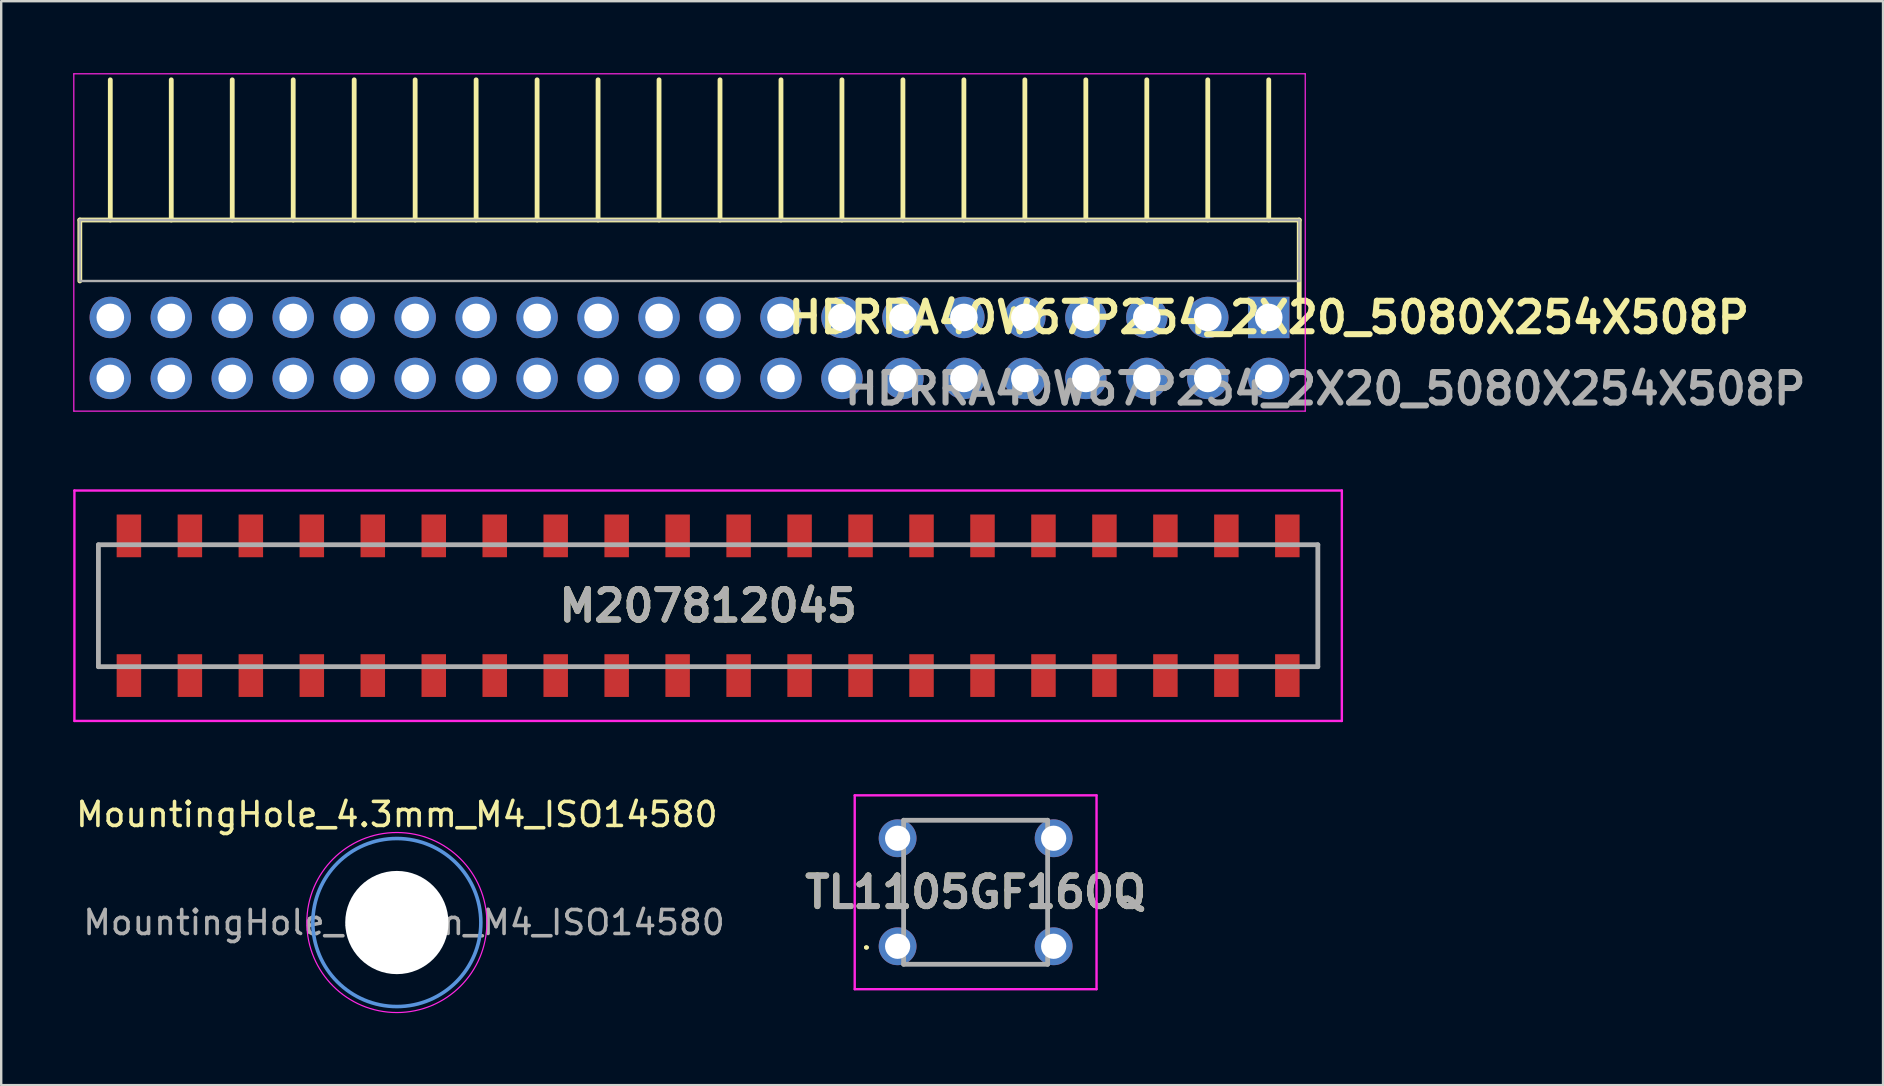
<source format=kicad_pcb>
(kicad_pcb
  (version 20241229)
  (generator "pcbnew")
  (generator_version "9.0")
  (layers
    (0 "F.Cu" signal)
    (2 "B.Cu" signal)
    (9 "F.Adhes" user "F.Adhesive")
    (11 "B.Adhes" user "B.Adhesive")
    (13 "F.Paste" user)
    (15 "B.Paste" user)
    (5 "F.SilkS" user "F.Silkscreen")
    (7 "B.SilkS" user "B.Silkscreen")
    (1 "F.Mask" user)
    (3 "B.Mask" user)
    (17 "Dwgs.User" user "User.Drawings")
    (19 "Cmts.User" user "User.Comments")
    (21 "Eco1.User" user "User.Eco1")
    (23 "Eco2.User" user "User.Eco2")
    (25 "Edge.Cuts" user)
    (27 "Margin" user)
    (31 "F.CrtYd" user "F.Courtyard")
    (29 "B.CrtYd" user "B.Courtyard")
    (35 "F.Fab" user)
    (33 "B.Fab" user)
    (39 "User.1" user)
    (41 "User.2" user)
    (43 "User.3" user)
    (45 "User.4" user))
  (footprint "M207812045"
    (layer "F.Cu")
    (at 26.45 22.184)
    (property "Reference" "M207812045" (at 0 0 0) (layer "F.SilkS") (effects (font (size 1.27 1.27) (thickness 0.254))))
    (attr through_hole)
    (fp_line (start -25.4 -2.54) (end -25.4 2.54) (stroke (width 0.1) (type solid)) (layer "F.SilkS"))
    (fp_line (start 25.4 -2.54) (end 25.4 2.54) (stroke (width 0.1) (type solid)) (layer "F.SilkS"))
    (fp_line (start -26.4 -4.8) (end 26.4 -4.8) (stroke (width 0.1) (type solid)) (layer "F.CrtYd"))
    (fp_line (start -26.4 4.8) (end -26.4 -4.8) (stroke (width 0.1) (type solid)) (layer "F.CrtYd"))
    (fp_line (start 26.4 -4.8) (end 26.4 4.8) (stroke (width 0.1) (type solid)) (layer "F.CrtYd"))
    (fp_line (start 26.4 4.8) (end -26.4 4.8) (stroke (width 0.1) (type solid)) (layer "F.CrtYd"))
    (fp_line (start -25.4 -2.54) (end 25.4 -2.54) (stroke (width 0.2) (type solid)) (layer "F.Fab"))
    (fp_line (start -25.4 2.54) (end -25.4 -2.54) (stroke (width 0.2) (type solid)) (layer "F.Fab"))
    (fp_line (start 25.4 -2.54) (end 25.4 2.54) (stroke (width 0.2) (type solid)) (layer "F.Fab"))
    (fp_line (start 25.4 2.54) (end -25.4 2.54) (stroke (width 0.2) (type solid)) (layer "F.Fab"))
    (fp_text user "${REFERENCE}" (at 0 0 0) (layer "F.Fab") (effects (font (size 1.27 1.27) (thickness 0.254))))
    (pad "" np_thru_hole circle (at -24.13 -1.27) (size 0.001 0.001) (drill 1.02) (layers "*.Cu" "*.Mask"))
    (pad "" np_thru_hole circle (at -24.13 1.27) (size 0.001 0.001) (drill 1.02) (layers "*.Cu" "*.Mask"))
    (pad "" np_thru_hole circle (at -22.86 0) (size 0.001 0.001) (drill 1.8) (layers "*.Cu" "*.Mask"))
    (pad "" np_thru_hole circle (at -21.59 -1.27) (size 0.001 0.001) (drill 1.02) (layers "*.Cu" "*.Mask"))
    (pad "" np_thru_hole circle (at -21.59 1.27) (size 0.001 0.001) (drill 1.02) (layers "*.Cu" "*.Mask"))
    (pad "" np_thru_hole circle (at -19.05 -1.27) (size 0.001 0.001) (drill 1.02) (layers "*.Cu" "*.Mask"))
    (pad "" np_thru_hole circle (at -19.05 1.27) (size 0.001 0.001) (drill 1.02) (layers "*.Cu" "*.Mask"))
    (pad "" np_thru_hole circle (at -16.51 -1.27) (size 0.001 0.001) (drill 1.02) (layers "*.Cu" "*.Mask"))
    (pad "" np_thru_hole circle (at -16.51 1.27) (size 0.001 0.001) (drill 1.02) (layers "*.Cu" "*.Mask"))
    (pad "" np_thru_hole circle (at -13.97 -1.27) (size 0.001 0.001) (drill 1.02) (layers "*.Cu" "*.Mask"))
    (pad "" np_thru_hole circle (at -13.97 1.27) (size 0.001 0.001) (drill 1.02) (layers "*.Cu" "*.Mask"))
    (pad "" np_thru_hole circle (at -11.43 -1.27) (size 0.001 0.001) (drill 1.02) (layers "*.Cu" "*.Mask"))
    (pad "" np_thru_hole circle (at -11.43 1.27) (size 0.001 0.001) (drill 1.02) (layers "*.Cu" "*.Mask"))
    (pad "" np_thru_hole circle (at -8.89 -1.27) (size 0.001 0.001) (drill 1.02) (layers "*.Cu" "*.Mask"))
    (pad "" np_thru_hole circle (at -8.89 1.27) (size 0.001 0.001) (drill 1.02) (layers "*.Cu" "*.Mask"))
    (pad "" np_thru_hole circle (at -6.35 -1.27) (size 0.001 0.001) (drill 1.02) (layers "*.Cu" "*.Mask"))
    (pad "" np_thru_hole circle (at -6.35 1.27) (size 0.001 0.001) (drill 1.02) (layers "*.Cu" "*.Mask"))
    (pad "" np_thru_hole circle (at -3.81 -1.27) (size 0.001 0.001) (drill 1.02) (layers "*.Cu" "*.Mask"))
    (pad "" np_thru_hole circle (at -3.81 1.27) (size 0.001 0.001) (drill 1.02) (layers "*.Cu" "*.Mask"))
    (pad "" np_thru_hole circle (at -1.27 -1.27) (size 0.001 0.001) (drill 1.02) (layers "*.Cu" "*.Mask"))
    (pad "" np_thru_hole circle (at -1.27 1.27) (size 0.001 0.001) (drill 1.02) (layers "*.Cu" "*.Mask"))
    (pad "" np_thru_hole circle (at 1.27 -1.27) (size 0.001 0.001) (drill 1.02) (layers "*.Cu" "*.Mask"))
    (pad "" np_thru_hole circle (at 1.27 1.27) (size 0.001 0.001) (drill 1.02) (layers "*.Cu" "*.Mask"))
    (pad "" np_thru_hole circle (at 3.81 -1.27) (size 0.001 0.001) (drill 1.02) (layers "*.Cu" "*.Mask"))
    (pad "" np_thru_hole circle (at 3.81 1.27) (size 0.001 0.001) (drill 1.02) (layers "*.Cu" "*.Mask"))
    (pad "" np_thru_hole circle (at 6.35 -1.27) (size 0.001 0.001) (drill 1.02) (layers "*.Cu" "*.Mask"))
    (pad "" np_thru_hole circle (at 6.35 1.27) (size 0.001 0.001) (drill 1.02) (layers "*.Cu" "*.Mask"))
    (pad "" np_thru_hole circle (at 8.89 -1.27) (size 0.001 0.001) (drill 1.02) (layers "*.Cu" "*.Mask"))
    (pad "" np_thru_hole circle (at 8.89 1.27) (size 0.001 0.001) (drill 1.02) (layers "*.Cu" "*.Mask"))
    (pad "" np_thru_hole circle (at 11.43 -1.27) (size 0.001 0.001) (drill 1.02) (layers "*.Cu" "*.Mask"))
    (pad "" np_thru_hole circle (at 11.43 1.27) (size 0.001 0.001) (drill 1.02) (layers "*.Cu" "*.Mask"))
    (pad "" np_thru_hole circle (at 13.97 -1.27) (size 0.001 0.001) (drill 1.02) (layers "*.Cu" "*.Mask"))
    (pad "" np_thru_hole circle (at 13.97 1.27) (size 0.001 0.001) (drill 1.02) (layers "*.Cu" "*.Mask"))
    (pad "" np_thru_hole circle (at 16.51 -1.27) (size 0.001 0.001) (drill 1.02) (layers "*.Cu" "*.Mask"))
    (pad "" np_thru_hole circle (at 16.51 1.27) (size 0.001 0.001) (drill 1.02) (layers "*.Cu" "*.Mask"))
    (pad "" np_thru_hole circle (at 19.05 -1.27) (size 0.001 0.001) (drill 1.02) (layers "*.Cu" "*.Mask"))
    (pad "" np_thru_hole circle (at 19.05 1.27) (size 0.001 0.001) (drill 1.02) (layers "*.Cu" "*.Mask"))
    (pad "" np_thru_hole circle (at 21.59 -1.27) (size 0.001 0.001) (drill 1.02) (layers "*.Cu" "*.Mask"))
    (pad "" np_thru_hole circle (at 21.59 1.27) (size 0.001 0.001) (drill 1.02) (layers "*.Cu" "*.Mask"))
    (pad "" np_thru_hole circle (at 22.86 0) (size 0.001 0.001) (drill 1.8) (layers "*.Cu" "*.Mask"))
    (pad "" np_thru_hole circle (at 24.13 -1.27) (size 0.001 0.001) (drill 1.02) (layers "*.Cu" "*.Mask"))
    (pad "" np_thru_hole circle (at 24.13 1.27) (size 0.001 0.001) (drill 1.02) (layers "*.Cu" "*.Mask"))
    (pad "1" smd rect (at -24.13 2.91) (size 1.02 1.78) (layers "F.Cu" "F.Mask" "F.Paste"))
    (pad "2" smd rect (at -24.13 -2.91) (size 1.02 1.78) (layers "F.Cu" "F.Mask" "F.Paste"))
    (pad "3" smd rect (at -21.59 2.91) (size 1.02 1.78) (layers "F.Cu" "F.Mask" "F.Paste"))
    (pad "4" smd rect (at -21.59 -2.91) (size 1.02 1.78) (layers "F.Cu" "F.Mask" "F.Paste"))
    (pad "5" smd rect (at -19.05 2.91) (size 1.02 1.78) (layers "F.Cu" "F.Mask" "F.Paste"))
    (pad "6" smd rect (at -19.05 -2.91) (size 1.02 1.78) (layers "F.Cu" "F.Mask" "F.Paste"))
    (pad "7" smd rect (at -16.51 2.91) (size 1.02 1.78) (layers "F.Cu" "F.Mask" "F.Paste"))
    (pad "8" smd rect (at -16.51 -2.91) (size 1.02 1.78) (layers "F.Cu" "F.Mask" "F.Paste"))
    (pad "9" smd rect (at -13.97 2.91) (size 1.02 1.78) (layers "F.Cu" "F.Mask" "F.Paste"))
    (pad "10" smd rect (at -13.97 -2.91) (size 1.02 1.78) (layers "F.Cu" "F.Mask" "F.Paste"))
    (pad "11" smd rect (at -11.43 2.91) (size 1.02 1.78) (layers "F.Cu" "F.Mask" "F.Paste"))
    (pad "12" smd rect (at -11.43 -2.91) (size 1.02 1.78) (layers "F.Cu" "F.Mask" "F.Paste"))
    (pad "13" smd rect (at -8.89 2.91) (size 1.02 1.78) (layers "F.Cu" "F.Mask" "F.Paste"))
    (pad "14" smd rect (at -8.89 -2.91) (size 1.02 1.78) (layers "F.Cu" "F.Mask" "F.Paste"))
    (pad "15" smd rect (at -6.35 2.91) (size 1.02 1.78) (layers "F.Cu" "F.Mask" "F.Paste"))
    (pad "16" smd rect (at -6.35 -2.91) (size 1.02 1.78) (layers "F.Cu" "F.Mask" "F.Paste"))
    (pad "17" smd rect (at -3.81 2.91) (size 1.02 1.78) (layers "F.Cu" "F.Mask" "F.Paste"))
    (pad "18" smd rect (at -3.81 -2.91) (size 1.02 1.78) (layers "F.Cu" "F.Mask" "F.Paste"))
    (pad "19" smd rect (at -1.27 2.91) (size 1.02 1.78) (layers "F.Cu" "F.Mask" "F.Paste"))
    (pad "20" smd rect (at -1.27 -2.91) (size 1.02 1.78) (layers "F.Cu" "F.Mask" "F.Paste"))
    (pad "21" smd rect (at 1.27 2.91) (size 1.02 1.78) (layers "F.Cu" "F.Mask" "F.Paste"))
    (pad "22" smd rect (at 1.27 -2.91) (size 1.02 1.78) (layers "F.Cu" "F.Mask" "F.Paste"))
    (pad "23" smd rect (at 3.81 2.91) (size 1.02 1.78) (layers "F.Cu" "F.Mask" "F.Paste"))
    (pad "24" smd rect (at 3.81 -2.91) (size 1.02 1.78) (layers "F.Cu" "F.Mask" "F.Paste"))
    (pad "25" smd rect (at 6.35 2.91) (size 1.02 1.78) (layers "F.Cu" "F.Mask" "F.Paste"))
    (pad "26" smd rect (at 6.35 -2.91) (size 1.02 1.78) (layers "F.Cu" "F.Mask" "F.Paste"))
    (pad "27" smd rect (at 8.89 2.91) (size 1.02 1.78) (layers "F.Cu" "F.Mask" "F.Paste"))
    (pad "28" smd rect (at 8.89 -2.91) (size 1.02 1.78) (layers "F.Cu" "F.Mask" "F.Paste"))
    (pad "29" smd rect (at 11.43 2.91) (size 1.02 1.78) (layers "F.Cu" "F.Mask" "F.Paste"))
    (pad "30" smd rect (at 11.43 -2.91) (size 1.02 1.78) (layers "F.Cu" "F.Mask" "F.Paste"))
    (pad "31" smd rect (at 13.97 2.91) (size 1.02 1.78) (layers "F.Cu" "F.Mask" "F.Paste"))
    (pad "32" smd rect (at 13.97 -2.91) (size 1.02 1.78) (layers "F.Cu" "F.Mask" "F.Paste"))
    (pad "33" smd rect (at 16.51 2.91) (size 1.02 1.78) (layers "F.Cu" "F.Mask" "F.Paste"))
    (pad "34" smd rect (at 16.51 -2.91) (size 1.02 1.78) (layers "F.Cu" "F.Mask" "F.Paste"))
    (pad "35" smd rect (at 19.05 2.91) (size 1.02 1.78) (layers "F.Cu" "F.Mask" "F.Paste"))
    (pad "36" smd rect (at 19.05 -2.91) (size 1.02 1.78) (layers "F.Cu" "F.Mask" "F.Paste"))
    (pad "37" smd rect (at 21.59 2.91) (size 1.02 1.78) (layers "F.Cu" "F.Mask" "F.Paste"))
    (pad "38" smd rect (at 21.59 -2.91) (size 1.02 1.78) (layers "F.Cu" "F.Mask" "F.Paste"))
    (pad "39" smd rect (at 24.13 2.91) (size 1.02 1.78) (layers "F.Cu" "F.Mask" "F.Paste"))
    (pad "40" smd rect (at 24.13 -2.91) (size 1.02 1.78) (layers "F.Cu" "F.Mask" "F.Paste")))
  (footprint "MountingHole_4.3mm_M4_ISO14580"
    (layer "F.Cu")
    (at 13.482 35.382)
    (property "Reference" "MountingHole_4.3mm_M4_ISO14580" (at 0 -4.5 0) (layer "F.SilkS") (effects (font (size 1 1) (thickness 0.15))))
    (attr exclude_from_pos_files exclude_from_bom)
    (fp_circle (center 0 0) (end 3.5 0) (stroke (width 0.15) (type solid)) (fill no) (layer "Cmts.User"))
    (fp_circle (center 0 0) (end 3.75 0) (stroke (width 0.05) (type solid)) (fill no) (layer "F.CrtYd"))
    (fp_text user "${REFERENCE}" (at 0.3 0 0) (layer "F.Fab") (effects (font (size 1 1) (thickness 0.15))))
    (pad "" np_thru_hole circle (at 0 0) (size 4.3 4.3) (drill 4.3) (layers "*.Cu" "*.Mask")))
  (footprint "HDRRA40W67P254_2X20_5080X254X508P"
    (layer "F.Cu")
    (at 49.805 10.175)
    (property "Reference" "HDRRA40W67P254_2X20_5080X254X508P" (at 0 0 180) (layer "F.SilkS") (effects (font (size 1.27 1.27) (thickness 0.254))))
    (attr through_hole)
    (fp_line (start -49.53 -4.06) (end -49.53 -1.52) (stroke (width 0.2) (type solid)) (layer "F.SilkS"))
    (fp_line (start -48.26 -4.06) (end -48.26 -9.9) (stroke (width 0.2) (type solid)) (layer "F.SilkS"))
    (fp_line (start -45.72 -4.06) (end -45.72 -9.9) (stroke (width 0.2) (type solid)) (layer "F.SilkS"))
    (fp_line (start -43.18 -4.06) (end -43.18 -9.9) (stroke (width 0.2) (type solid)) (layer "F.SilkS"))
    (fp_line (start -40.64 -4.06) (end -40.64 -9.9) (stroke (width 0.2) (type solid)) (layer "F.SilkS"))
    (fp_line (start -38.1 -4.06) (end -38.1 -9.9) (stroke (width 0.2) (type solid)) (layer "F.SilkS"))
    (fp_line (start -35.56 -4.06) (end -35.56 -9.9) (stroke (width 0.2) (type solid)) (layer "F.SilkS"))
    (fp_line (start -33.02 -4.06) (end -33.02 -9.9) (stroke (width 0.2) (type solid)) (layer "F.SilkS"))
    (fp_line (start -30.48 -4.06) (end -30.48 -9.9) (stroke (width 0.2) (type solid)) (layer "F.SilkS"))
    (fp_line (start -27.94 -4.06) (end -27.94 -9.9) (stroke (width 0.2) (type solid)) (layer "F.SilkS"))
    (fp_line (start -25.4 -4.06) (end -25.4 -9.9) (stroke (width 0.2) (type solid)) (layer "F.SilkS"))
    (fp_line (start -22.86 -4.06) (end -22.86 -9.9) (stroke (width 0.2) (type solid)) (layer "F.SilkS"))
    (fp_line (start -20.32 -4.06) (end -20.32 -9.9) (stroke (width 0.2) (type solid)) (layer "F.SilkS"))
    (fp_line (start -17.78 -4.06) (end -17.78 -9.9) (stroke (width 0.2) (type solid)) (layer "F.SilkS"))
    (fp_line (start -15.24 -4.06) (end -15.24 -9.9) (stroke (width 0.2) (type solid)) (layer "F.SilkS"))
    (fp_line (start -12.7 -4.06) (end -12.7 -9.9) (stroke (width 0.2) (type solid)) (layer "F.SilkS"))
    (fp_line (start -10.16 -4.06) (end -10.16 -9.9) (stroke (width 0.2) (type solid)) (layer "F.SilkS"))
    (fp_line (start -7.62 -4.06) (end -7.62 -9.9) (stroke (width 0.2) (type solid)) (layer "F.SilkS"))
    (fp_line (start -5.08 -4.06) (end -5.08 -9.9) (stroke (width 0.2) (type solid)) (layer "F.SilkS"))
    (fp_line (start -2.54 -4.06) (end -2.54 -9.9) (stroke (width 0.2) (type solid)) (layer "F.SilkS"))
    (fp_line (start 0 -4.06) (end 0 -9.9) (stroke (width 0.2) (type solid)) (layer "F.SilkS"))
    (fp_line (start 1.27 -4.06) (end -49.53 -4.06) (stroke (width 0.2) (type solid)) (layer "F.SilkS"))
    (fp_line (start 1.27 0) (end 1.27 -4.06) (stroke (width 0.2) (type solid)) (layer "F.SilkS"))
    (fp_line (start -49.78 -10.15) (end 1.52 -10.15) (stroke (width 0.05) (type solid)) (layer "F.CrtYd"))
    (fp_line (start -49.78 3.902) (end -49.78 -10.15) (stroke (width 0.05) (type solid)) (layer "F.CrtYd"))
    (fp_line (start 1.52 -10.15) (end 1.52 3.902) (stroke (width 0.05) (type solid)) (layer "F.CrtYd"))
    (fp_line (start 1.52 3.902) (end -49.78 3.902) (stroke (width 0.05) (type solid)) (layer "F.CrtYd"))
    (fp_line (start -49.53 -4.06) (end 1.27 -4.06) (stroke (width 0.1) (type solid)) (layer "F.Fab"))
    (fp_line (start -49.53 -1.52) (end -49.53 -4.06) (stroke (width 0.1) (type solid)) (layer "F.Fab"))
    (fp_line (start 1.27 -4.06) (end 1.27 -1.52) (stroke (width 0.1) (type solid)) (layer "F.Fab"))
    (fp_line (start 1.27 -1.52) (end -49.53 -1.52) (stroke (width 0.1) (type solid)) (layer "F.Fab"))
    (fp_text user "${REFERENCE}" (at 2.35 2.97 180) (layer "F.Fab") (effects (font (size 1.27 1.27) (thickness 0.254))))
    (pad "1" thru_hole rect (at 0 0) (size 1.725 1.725) (drill 1.15) (layers "*.Cu" "*.Mask"))
    (pad "2" thru_hole circle (at 0 2.54) (size 1.725 1.725) (drill 1.15) (layers "*.Cu" "*.Mask"))
    (pad "3" thru_hole circle (at -2.54 0) (size 1.725 1.725) (drill 1.15) (layers "*.Cu" "*.Mask"))
    (pad "4" thru_hole circle (at -2.54 2.54) (size 1.725 1.725) (drill 1.15) (layers "*.Cu" "*.Mask"))
    (pad "5" thru_hole circle (at -5.08 0) (size 1.725 1.725) (drill 1.15) (layers "*.Cu" "*.Mask"))
    (pad "6" thru_hole circle (at -5.08 2.54) (size 1.725 1.725) (drill 1.15) (layers "*.Cu" "*.Mask"))
    (pad "7" thru_hole circle (at -7.62 0) (size 1.725 1.725) (drill 1.15) (layers "*.Cu" "*.Mask"))
    (pad "8" thru_hole circle (at -7.62 2.54) (size 1.725 1.725) (drill 1.15) (layers "*.Cu" "*.Mask"))
    (pad "9" thru_hole circle (at -10.16 0) (size 1.725 1.725) (drill 1.15) (layers "*.Cu" "*.Mask"))
    (pad "10" thru_hole circle (at -10.16 2.54) (size 1.725 1.725) (drill 1.15) (layers "*.Cu" "*.Mask"))
    (pad "11" thru_hole circle (at -12.7 0) (size 1.725 1.725) (drill 1.15) (layers "*.Cu" "*.Mask"))
    (pad "12" thru_hole circle (at -12.7 2.54) (size 1.725 1.725) (drill 1.15) (layers "*.Cu" "*.Mask"))
    (pad "13" thru_hole circle (at -15.24 0) (size 1.725 1.725) (drill 1.15) (layers "*.Cu" "*.Mask"))
    (pad "14" thru_hole circle (at -15.24 2.54) (size 1.725 1.725) (drill 1.15) (layers "*.Cu" "*.Mask"))
    (pad "15" thru_hole circle (at -17.78 0) (size 1.725 1.725) (drill 1.15) (layers "*.Cu" "*.Mask"))
    (pad "16" thru_hole circle (at -17.78 2.54) (size 1.725 1.725) (drill 1.15) (layers "*.Cu" "*.Mask"))
    (pad "17" thru_hole circle (at -20.32 0) (size 1.725 1.725) (drill 1.15) (layers "*.Cu" "*.Mask"))
    (pad "18" thru_hole circle (at -20.32 2.54) (size 1.725 1.725) (drill 1.15) (layers "*.Cu" "*.Mask"))
    (pad "19" thru_hole circle (at -22.86 0) (size 1.725 1.725) (drill 1.15) (layers "*.Cu" "*.Mask"))
    (pad "20" thru_hole circle (at -22.86 2.54) (size 1.725 1.725) (drill 1.15) (layers "*.Cu" "*.Mask"))
    (pad "21" thru_hole circle (at -25.4 0) (size 1.725 1.725) (drill 1.15) (layers "*.Cu" "*.Mask"))
    (pad "22" thru_hole circle (at -25.4 2.54) (size 1.725 1.725) (drill 1.15) (layers "*.Cu" "*.Mask"))
    (pad "23" thru_hole circle (at -27.94 0) (size 1.725 1.725) (drill 1.15) (layers "*.Cu" "*.Mask"))
    (pad "24" thru_hole circle (at -27.94 2.54) (size 1.725 1.725) (drill 1.15) (layers "*.Cu" "*.Mask"))
    (pad "25" thru_hole circle (at -30.48 0) (size 1.725 1.725) (drill 1.15) (layers "*.Cu" "*.Mask"))
    (pad "26" thru_hole circle (at -30.48 2.54) (size 1.725 1.725) (drill 1.15) (layers "*.Cu" "*.Mask"))
    (pad "27" thru_hole circle (at -33.02 0) (size 1.725 1.725) (drill 1.15) (layers "*.Cu" "*.Mask"))
    (pad "28" thru_hole circle (at -33.02 2.54) (size 1.725 1.725) (drill 1.15) (layers "*.Cu" "*.Mask"))
    (pad "29" thru_hole circle (at -35.56 0) (size 1.725 1.725) (drill 1.15) (layers "*.Cu" "*.Mask"))
    (pad "30" thru_hole circle (at -35.56 2.54) (size 1.725 1.725) (drill 1.15) (layers "*.Cu" "*.Mask"))
    (pad "31" thru_hole circle (at -38.1 0) (size 1.725 1.725) (drill 1.15) (layers "*.Cu" "*.Mask"))
    (pad "32" thru_hole circle (at -38.1 2.54) (size 1.725 1.725) (drill 1.15) (layers "*.Cu" "*.Mask"))
    (pad "33" thru_hole circle (at -40.64 0) (size 1.725 1.725) (drill 1.15) (layers "*.Cu" "*.Mask"))
    (pad "34" thru_hole circle (at -40.64 2.54) (size 1.725 1.725) (drill 1.15) (layers "*.Cu" "*.Mask"))
    (pad "35" thru_hole circle (at -43.18 0) (size 1.725 1.725) (drill 1.15) (layers "*.Cu" "*.Mask"))
    (pad "36" thru_hole circle (at -43.18 2.54) (size 1.725 1.725) (drill 1.15) (layers "*.Cu" "*.Mask"))
    (pad "37" thru_hole circle (at -45.72 0) (size 1.725 1.725) (drill 1.15) (layers "*.Cu" "*.Mask"))
    (pad "38" thru_hole circle (at -45.72 2.54) (size 1.725 1.725) (drill 1.15) (layers "*.Cu" "*.Mask"))
    (pad "39" thru_hole circle (at -48.26 0) (size 1.725 1.725) (drill 1.15) (layers "*.Cu" "*.Mask"))
    (pad "40" thru_hole circle (at -48.26 2.54) (size 1.725 1.725) (drill 1.15) (layers "*.Cu" "*.Mask")))
  (footprint "TL1105GF160Q"
    (layer "F.Cu")
    (at 37.594 34.121)
    (property "Reference" "TL1105GF160Q" (at 0 0 0) (layer "F.SilkS") (effects (font (size 1.27 1.27) (thickness 0.254))))
    (attr through_hole)
    (fp_line (start -4.6 2.3) (end -4.6 2.3) (stroke (width 0.1) (type solid)) (layer "F.SilkS"))
    (fp_line (start -4.5 2.3) (end -4.5 2.3) (stroke (width 0.1) (type solid)) (layer "F.SilkS"))
    (fp_line (start -3 -1) (end -3 1) (stroke (width 0.1) (type solid)) (layer "F.SilkS"))
    (fp_line (start -2 -3) (end 2 -3) (stroke (width 0.1) (type solid)) (layer "F.SilkS"))
    (fp_line (start -2 3) (end 2 3) (stroke (width 0.1) (type solid)) (layer "F.SilkS"))
    (fp_line (start 3 -1) (end 3 1) (stroke (width 0.1) (type solid)) (layer "F.SilkS"))
    (fp_arc (start -4.6 2.3) (mid -4.55 2.25) (end -4.5 2.3) (stroke (width 0.1) (type solid)) (layer "F.SilkS"))
    (fp_arc (start -4.5 2.3) (mid -4.55 2.35) (end -4.6 2.3) (stroke (width 0.1) (type solid)) (layer "F.SilkS"))
    (fp_line (start -5.037 -4.037) (end 5.037 -4.037) (stroke (width 0.1) (type solid)) (layer "F.CrtYd"))
    (fp_line (start -5.037 4.037) (end -5.037 -4.037) (stroke (width 0.1) (type solid)) (layer "F.CrtYd"))
    (fp_line (start 5.037 -4.037) (end 5.037 4.037) (stroke (width 0.1) (type solid)) (layer "F.CrtYd"))
    (fp_line (start 5.037 4.037) (end -5.037 4.037) (stroke (width 0.1) (type solid)) (layer "F.CrtYd"))
    (fp_line (start -3 -3) (end 3 -3) (stroke (width 0.2) (type solid)) (layer "F.Fab"))
    (fp_line (start -3 3) (end -3 -3) (stroke (width 0.2) (type solid)) (layer "F.Fab"))
    (fp_line (start 3 -3) (end 3 3) (stroke (width 0.2) (type solid)) (layer "F.Fab"))
    (fp_line (start 3 3) (end -3 3) (stroke (width 0.2) (type solid)) (layer "F.Fab"))
    (fp_text user "${REFERENCE}" (at 0 0 0) (layer "F.Fab") (effects (font (size 1.27 1.27) (thickness 0.254))))
    (pad "1" thru_hole circle (at -3.25 2.25) (size 1.575 1.575) (drill 1.05) (layers "*.Cu" "*.Mask"))
    (pad "2" thru_hole circle (at 3.25 2.25) (size 1.575 1.575) (drill 1.05) (layers "*.Cu" "*.Mask"))
    (pad "3" thru_hole circle (at -3.25 -2.25) (size 1.575 1.575) (drill 1.05) (layers "*.Cu" "*.Mask"))
    (pad "4" thru_hole circle (at 3.25 -2.25) (size 1.575 1.575) (drill 1.05) (layers "*.Cu" "*.Mask")))
  (gr_rect
    (start -3 -3)
    (end 75.396 42.157)
    (stroke (width 0.1) (type default))
    (fill no)
    (layer "Edge.Cuts")))
</source>
